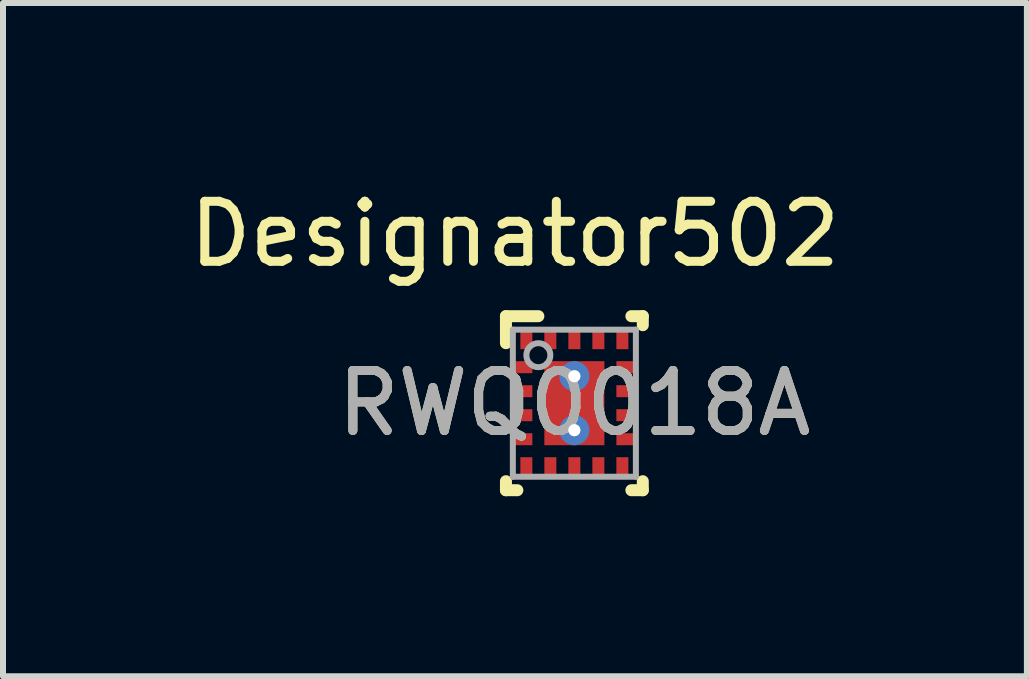
<source format=kicad_pcb>
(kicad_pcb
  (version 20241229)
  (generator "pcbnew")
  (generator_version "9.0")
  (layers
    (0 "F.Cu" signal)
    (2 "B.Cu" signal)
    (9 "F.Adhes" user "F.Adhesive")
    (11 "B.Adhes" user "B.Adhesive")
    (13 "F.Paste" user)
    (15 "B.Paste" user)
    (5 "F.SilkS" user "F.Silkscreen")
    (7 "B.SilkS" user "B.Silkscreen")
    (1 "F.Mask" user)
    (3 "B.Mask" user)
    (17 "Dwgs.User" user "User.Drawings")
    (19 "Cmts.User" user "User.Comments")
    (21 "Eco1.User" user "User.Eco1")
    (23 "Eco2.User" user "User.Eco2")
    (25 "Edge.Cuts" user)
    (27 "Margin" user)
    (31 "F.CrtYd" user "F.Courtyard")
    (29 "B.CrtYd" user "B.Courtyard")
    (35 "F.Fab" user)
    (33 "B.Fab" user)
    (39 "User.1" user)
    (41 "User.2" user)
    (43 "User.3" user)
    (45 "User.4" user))
  (footprint "RWQ0018A"
    (layer "F.Cu")
    (at 6.52 3.668)
    (property "Reference" "RWQ0018A" (at 0 0 0) (unlocked yes) (layer "F.SilkS") (effects (font (size 1 1) (thickness 0.15))))
    (attr smd)
    (fp_line (start -1.14 -1.45) (end -0.6 -1.45) (stroke (width 0.2) (type solid)) (layer "F.SilkS"))
    (fp_line (start -1.14 -1) (end -1.14 -1.45) (stroke (width 0.2) (type solid)) (layer "F.SilkS"))
    (fp_line (start -1.14 1.45) (end -1.14 1.3) (stroke (width 0.2) (type solid)) (layer "F.SilkS"))
    (fp_line (start -1.14 1.45) (end -0.95 1.45) (stroke (width 0.2) (type solid)) (layer "F.SilkS"))
    (fp_line (start 0.95 -1.45) (end 1.14 -1.45) (stroke (width 0.2) (type solid)) (layer "F.SilkS"))
    (fp_line (start 0.95 1.45) (end 1.14 1.45) (stroke (width 0.2) (type solid)) (layer "F.SilkS"))
    (fp_line (start 1.14 -1.3) (end 1.14 -1.45) (stroke (width 0.2) (type solid)) (layer "F.SilkS"))
    (fp_line (start 1.14 1.45) (end 1.14 1.3) (stroke (width 0.2) (type solid)) (layer "F.SilkS"))
    (fp_poly (pts (xy -0.475 0.55) (xy -0.475 -0.55) (xy -0.473 -0.57) (xy -0.467 -0.588) (xy -0.458 -0.606) (xy -0.446 -0.621) (xy -0.431 -0.633) (xy -0.413 -0.642) (xy -0.395 -0.648) (xy -0.375 -0.65) (xy 0.375 -0.65) (xy 0.395 -0.648) (xy 0.413 -0.642) (xy 0.431 -0.633) (xy 0.446 -0.621) (xy 0.458 -0.606) (xy 0.467 -0.588) (xy 0.473 -0.57) (xy 0.475 -0.55) (xy 0.475 0.55) (xy 0.473 0.57) (xy 0.467 0.588) (xy 0.458 0.606) (xy 0.446 0.621) (xy 0.431 0.633) (xy 0.413 0.642) (xy 0.395 0.648) (xy 0.375 0.65) (xy -0.375 0.65) (xy -0.395 0.648) (xy -0.413 0.642) (xy -0.431 0.633) (xy -0.446 0.621) (xy -0.458 0.606) (xy -0.467 0.588) (xy -0.473 0.57)) (stroke (width 0) (type solid)) (fill yes) (layer "F.Paste"))
    (fp_line (start -1.025 -1.225) (end 1.025 -1.225) (stroke (width 0.1) (type solid)) (layer "F.Fab"))
    (fp_line (start -1.025 1.225) (end -1.025 -1.225) (stroke (width 0.1) (type solid)) (layer "F.Fab"))
    (fp_line (start -1.025 1.225) (end 1.025 1.225) (stroke (width 0.1) (type solid)) (layer "F.Fab"))
    (fp_line (start 1.025 1.225) (end 1.025 -1.225) (stroke (width 0.1) (type solid)) (layer "F.Fab"))
    (fp_circle (center -0.6 -0.8) (end -0.4 -0.8) (stroke (width 0.1) (type solid)) (fill no) (layer "F.Fab"))
    (fp_text user "Designator502" (at -0.991 -2.819 0) (unlocked yes) (layer "F.SilkS") (effects (font (size 1 1) (thickness 0.15))))
    (fp_text user "${REFERENCE}" (at 0 0 0) (unlocked yes) (layer "F.Fab") (effects (font (size 1 1) (thickness 0.15))))
    (pad "1" smd rect (at -0.85 -0.6) (size 0.3 0.2) (layers "F.Cu" "F.Mask" "F.Paste"))
    (pad "2" smd rect (at -0.85 -0.2) (size 0.3 0.2) (layers "F.Cu" "F.Mask" "F.Paste"))
    (pad "3" smd rect (at -0.85 0.2) (size 0.3 0.2) (layers "F.Cu" "F.Mask" "F.Paste"))
    (pad "4" smd rect (at -0.85 0.6) (size 0.3 0.2) (layers "F.Cu" "F.Mask" "F.Paste"))
    (pad "5" smd rect (at -0.8 1.05 90) (size 0.3 0.2) (layers "F.Cu" "F.Mask" "F.Paste"))
    (pad "6" smd rect (at -0.4 1.05 90) (size 0.3 0.2) (layers "F.Cu" "F.Mask" "F.Paste"))
    (pad "7" smd rect (at 0 1.05 90) (size 0.3 0.2) (layers "F.Cu" "F.Mask" "F.Paste"))
    (pad "8" smd rect (at 0.4 1.05 90) (size 0.3 0.2) (layers "F.Cu" "F.Mask" "F.Paste"))
    (pad "9" smd rect (at 0.8 1.05 90) (size 0.3 0.2) (layers "F.Cu" "F.Mask" "F.Paste"))
    (pad "10" smd rect (at 0.85 0.6) (size 0.3 0.2) (layers "F.Cu" "F.Mask" "F.Paste"))
    (pad "11" smd rect (at 0.85 0.2) (size 0.3 0.2) (layers "F.Cu" "F.Mask" "F.Paste"))
    (pad "12" smd rect (at 0.85 -0.2) (size 0.3 0.2) (layers "F.Cu" "F.Mask" "F.Paste"))
    (pad "13" smd rect (at 0.85 -0.6) (size 0.3 0.2) (layers "F.Cu" "F.Mask" "F.Paste"))
    (pad "14" smd rect (at 0.8 -1.05 90) (size 0.3 0.2) (layers "F.Cu" "F.Mask" "F.Paste"))
    (pad "15" smd rect (at 0.4 -1.05 90) (size 0.3 0.2) (layers "F.Cu" "F.Mask" "F.Paste"))
    (pad "16" smd rect (at 0 -1.05 90) (size 0.3 0.2) (layers "F.Cu" "F.Mask" "F.Paste"))
    (pad "17" smd rect (at -0.4 -1.05 90) (size 0.3 0.2) (layers "F.Cu" "F.Mask" "F.Paste"))
    (pad "18" smd rect (at -0.8 -1.05 90) (size 0.3 0.2) (layers "F.Cu" "F.Mask" "F.Paste"))
    (pad "19" smd rect (at 0 0) (size 1 1.4) (layers "F.Cu" "F.Mask"))
    (pad "V" thru_hole circle (at 0 -0.45) (size 0.5 0.5) (drill 0.203) (layers "*.Cu" "*.Mask"))
    (pad "V" thru_hole circle (at 0 0.45) (size 0.5 0.5) (drill 0.203) (layers "*.Cu" "*.Mask")))
  (gr_rect
    (start -3 -3)
    (end 14.06 8.218)
    (stroke (width 0.1) (type default))
    (fill no)
    (layer "Edge.Cuts")))
</source>
